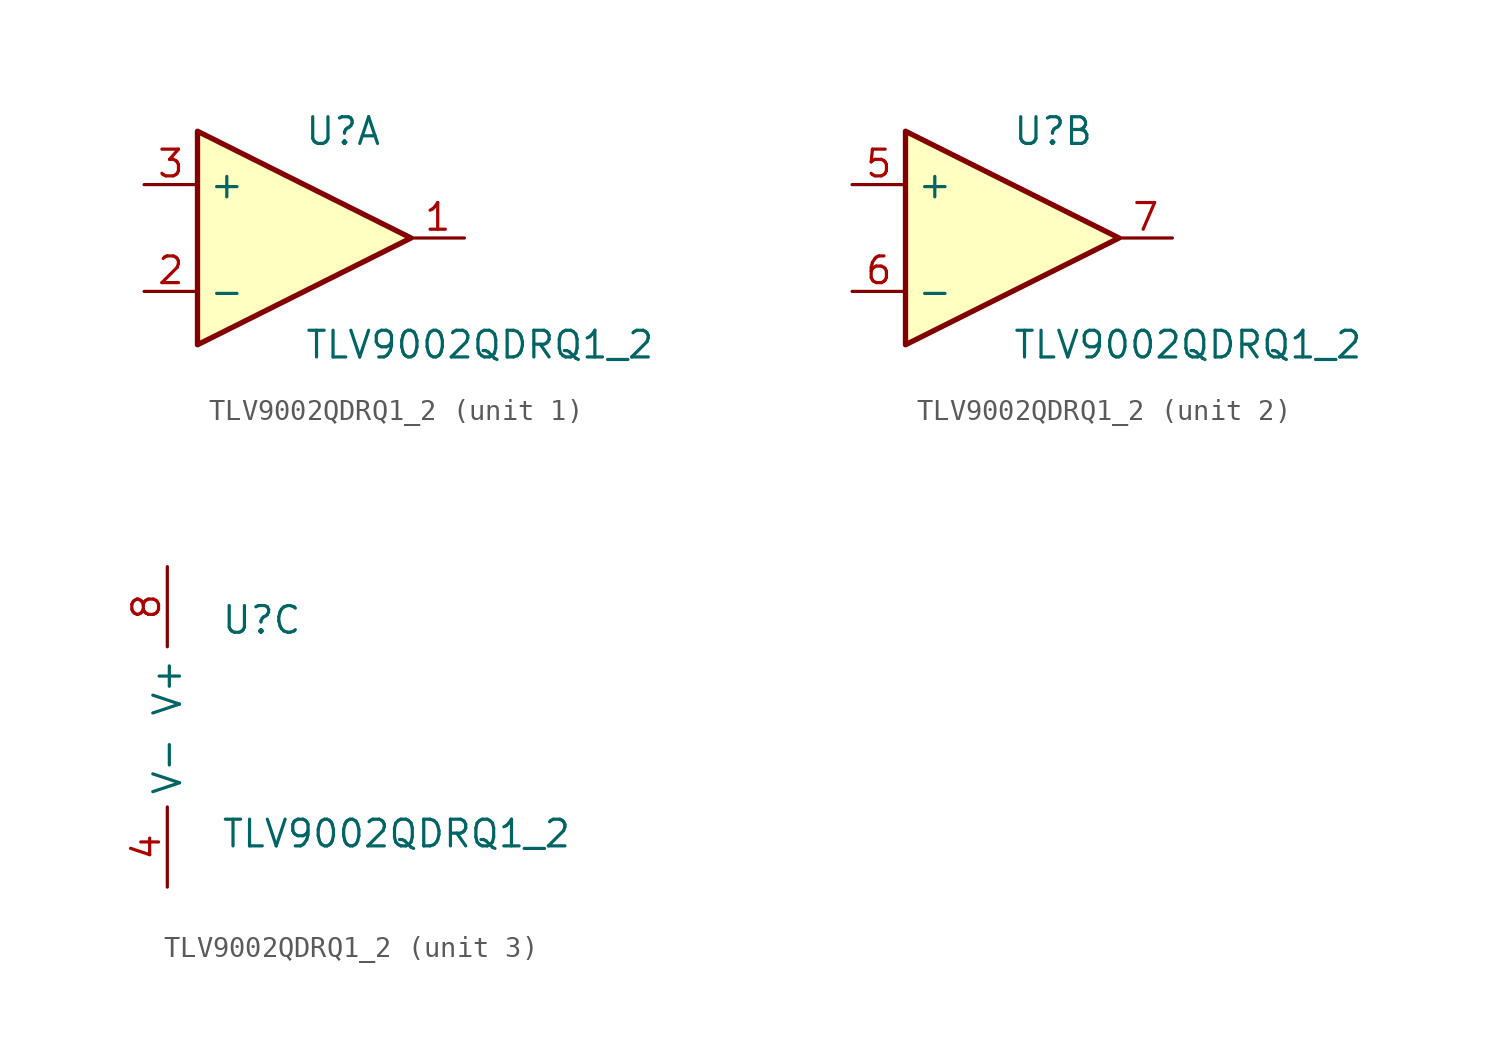
<source format=kicad_sym>
(kicad_symbol_lib
  (version 20241209)
  (generator "kicad_symbol_editor")
  (generator_version "9.0")
  (symbol "TLV9002QDRQ1_2"
    (property "Reference" "U"
      (at 0 5.08 0)
      (effects (font (size 1.27 1.27)) (justify left)))
    (property "Value" "TLV9002QDRQ1_2"
      (at 0 -5.08 0)
      (effects (font (size 1.27 1.27)) (justify left)))
    (property "ki_locked" ""
      (at 0 0 0)
      (effects (font (size 1.27 1.27))))
    (symbol "TLV9002QDRQ1_2_1_1"
      (polyline (pts (xy -5.08 5.08) (xy 5.08 0) (xy -5.08 -5.08) (xy -5.08 5.08)) (stroke (width 0.254) (type default)) (fill (type background)))
      (pin input line (at -7.62 2.54 0) (length 2.54) (name "+" (effects (font (size 1.27 1.27)))) (number "3" (effects (font (size 1.27 1.27)))))
      (pin input line (at -7.62 -2.54 0) (length 2.54) (name "-" (effects (font (size 1.27 1.27)))) (number "2" (effects (font (size 1.27 1.27)))))
      (pin output line (at 7.62 0 180) (length 2.54) (name "~" (effects (font (size 1.27 1.27)))) (number "1" (effects (font (size 1.27 1.27))))))
    (symbol "TLV9002QDRQ1_2_2_1"
      (polyline (pts (xy -5.08 5.08) (xy 5.08 0) (xy -5.08 -5.08) (xy -5.08 5.08)) (stroke (width 0.254) (type default)) (fill (type background)))
      (pin input line (at -7.62 2.54 0) (length 2.54) (name "+" (effects (font (size 1.27 1.27)))) (number "5" (effects (font (size 1.27 1.27)))))
      (pin input line (at -7.62 -2.54 0) (length 2.54) (name "-" (effects (font (size 1.27 1.27)))) (number "6" (effects (font (size 1.27 1.27)))))
      (pin output line (at 7.62 0 180) (length 2.54) (name "~" (effects (font (size 1.27 1.27)))) (number "7" (effects (font (size 1.27 1.27))))))
    (symbol "TLV9002QDRQ1_2_3_1"
      (pin power_in line (at -2.54 7.62 270) (length 3.81) (name "V+" (effects (font (size 1.27 1.27)))) (number "8" (effects (font (size 1.27 1.27)))))
      (pin power_in line (at -2.54 -7.62 90) (length 3.81) (name "V-" (effects (font (size 1.27 1.27)))) (number "4" (effects (font (size 1.27 1.27))))))))
</source>
